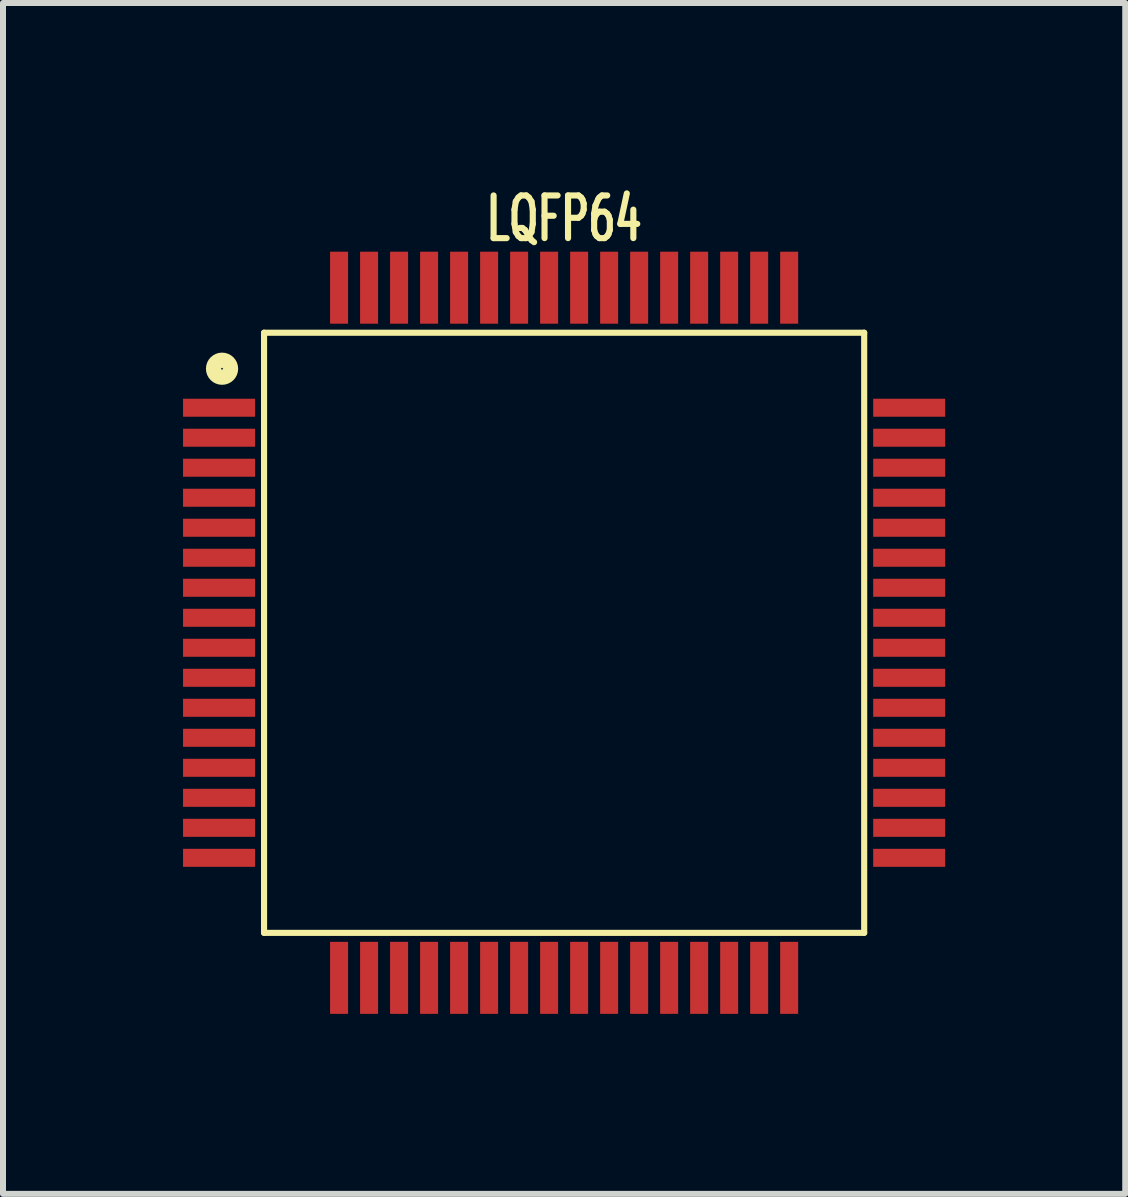
<source format=kicad_pcb>
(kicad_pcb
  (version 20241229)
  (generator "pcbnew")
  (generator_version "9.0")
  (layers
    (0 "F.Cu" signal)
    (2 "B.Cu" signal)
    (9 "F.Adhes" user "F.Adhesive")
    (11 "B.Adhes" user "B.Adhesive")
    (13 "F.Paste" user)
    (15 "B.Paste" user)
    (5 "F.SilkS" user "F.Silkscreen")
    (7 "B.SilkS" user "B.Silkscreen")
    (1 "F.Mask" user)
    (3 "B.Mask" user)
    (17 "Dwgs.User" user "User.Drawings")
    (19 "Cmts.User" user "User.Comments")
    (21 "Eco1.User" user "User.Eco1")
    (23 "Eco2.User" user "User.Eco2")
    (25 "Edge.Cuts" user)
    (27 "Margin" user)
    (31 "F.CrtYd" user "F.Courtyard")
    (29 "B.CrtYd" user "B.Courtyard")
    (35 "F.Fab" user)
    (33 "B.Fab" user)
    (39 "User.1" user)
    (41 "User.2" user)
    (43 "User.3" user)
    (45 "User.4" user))
  (footprint "LQFP64"
    (layer "F.Cu")
    (at 6.35 7.494)
    (property "Reference" "LQFP64" (at 0 -6.9 0) (layer "F.SilkS") (effects (font (size 0.711 0.457) (thickness 0.102))))
    (attr through_hole)
    (fp_line (start -5 -5) (end -5 5) (stroke (width 0.102) (type solid)) (layer "F.SilkS"))
    (fp_line (start -5 -5) (end 5 -5) (stroke (width 0.102) (type solid)) (layer "F.SilkS"))
    (fp_line (start -5 5) (end 5 5) (stroke (width 0.102) (type solid)) (layer "F.SilkS"))
    (fp_line (start 5 -5) (end 5 5) (stroke (width 0.102) (type solid)) (layer "F.SilkS"))
    (fp_circle (center -5.7 -4.4) (end -5.6 -4.5) (stroke (width 0.254) (type solid)) (fill no) (layer "F.SilkS"))
    (pad "1" smd rect (at -5.75 -3.75 90) (size 0.3 1.2) (layers "F.Cu" "F.Mask" "F.Paste"))
    (pad "2" smd rect (at -5.75 -3.25 90) (size 0.3 1.2) (layers "F.Cu" "F.Mask" "F.Paste"))
    (pad "3" smd rect (at -5.75 -2.75 90) (size 0.3 1.2) (layers "F.Cu" "F.Mask" "F.Paste"))
    (pad "4" smd rect (at -5.75 -2.25 90) (size 0.3 1.2) (layers "F.Cu" "F.Mask" "F.Paste"))
    (pad "5" smd rect (at -5.75 -1.75 90) (size 0.3 1.2) (layers "F.Cu" "F.Mask" "F.Paste"))
    (pad "6" smd rect (at -5.75 -1.25 90) (size 0.3 1.2) (layers "F.Cu" "F.Mask" "F.Paste"))
    (pad "7" smd rect (at -5.75 -0.75 90) (size 0.3 1.2) (layers "F.Cu" "F.Mask" "F.Paste"))
    (pad "8" smd rect (at -5.75 -0.25 90) (size 0.3 1.2) (layers "F.Cu" "F.Mask" "F.Paste"))
    (pad "9" smd rect (at -5.75 0.25 90) (size 0.3 1.2) (layers "F.Cu" "F.Mask" "F.Paste"))
    (pad "10" smd rect (at -5.75 0.75 90) (size 0.3 1.2) (layers "F.Cu" "F.Mask" "F.Paste"))
    (pad "11" smd rect (at -5.75 1.25 90) (size 0.3 1.2) (layers "F.Cu" "F.Mask" "F.Paste"))
    (pad "12" smd rect (at -5.75 1.75 90) (size 0.3 1.2) (layers "F.Cu" "F.Mask" "F.Paste"))
    (pad "13" smd rect (at -5.75 2.25 90) (size 0.3 1.2) (layers "F.Cu" "F.Mask" "F.Paste"))
    (pad "14" smd rect (at -5.75 2.75 90) (size 0.3 1.2) (layers "F.Cu" "F.Mask" "F.Paste"))
    (pad "15" smd rect (at -5.75 3.25 90) (size 0.3 1.2) (layers "F.Cu" "F.Mask" "F.Paste"))
    (pad "16" smd rect (at -5.75 3.75 90) (size 0.3 1.2) (layers "F.Cu" "F.Mask" "F.Paste"))
    (pad "17" smd rect (at -3.75 5.75) (size 0.3 1.2) (layers "F.Cu" "F.Mask" "F.Paste"))
    (pad "18" smd rect (at -3.25 5.75) (size 0.3 1.2) (layers "F.Cu" "F.Mask" "F.Paste"))
    (pad "19" smd rect (at -2.75 5.75) (size 0.3 1.2) (layers "F.Cu" "F.Mask" "F.Paste"))
    (pad "20" smd rect (at -2.25 5.75) (size 0.3 1.2) (layers "F.Cu" "F.Mask" "F.Paste"))
    (pad "21" smd rect (at -1.75 5.75) (size 0.3 1.2) (layers "F.Cu" "F.Mask" "F.Paste"))
    (pad "22" smd rect (at -1.25 5.75) (size 0.3 1.2) (layers "F.Cu" "F.Mask" "F.Paste"))
    (pad "23" smd rect (at -0.75 5.75) (size 0.3 1.2) (layers "F.Cu" "F.Mask" "F.Paste"))
    (pad "24" smd rect (at -0.25 5.75) (size 0.3 1.2) (layers "F.Cu" "F.Mask" "F.Paste"))
    (pad "25" smd rect (at 0.25 5.75) (size 0.3 1.2) (layers "F.Cu" "F.Mask" "F.Paste"))
    (pad "26" smd rect (at 0.75 5.75) (size 0.3 1.2) (layers "F.Cu" "F.Mask" "F.Paste"))
    (pad "27" smd rect (at 1.25 5.75) (size 0.3 1.2) (layers "F.Cu" "F.Mask" "F.Paste"))
    (pad "28" smd rect (at 1.75 5.75) (size 0.3 1.2) (layers "F.Cu" "F.Mask" "F.Paste"))
    (pad "29" smd rect (at 2.25 5.75) (size 0.3 1.2) (layers "F.Cu" "F.Mask" "F.Paste"))
    (pad "30" smd rect (at 2.75 5.75) (size 0.3 1.2) (layers "F.Cu" "F.Mask" "F.Paste"))
    (pad "31" smd rect (at 3.25 5.75) (size 0.3 1.2) (layers "F.Cu" "F.Mask" "F.Paste"))
    (pad "32" smd rect (at 3.75 5.75) (size 0.3 1.2) (layers "F.Cu" "F.Mask" "F.Paste"))
    (pad "33" smd rect (at 5.75 3.75 90) (size 0.3 1.2) (layers "F.Cu" "F.Mask" "F.Paste"))
    (pad "34" smd rect (at 5.75 3.25 90) (size 0.3 1.2) (layers "F.Cu" "F.Mask" "F.Paste"))
    (pad "35" smd rect (at 5.75 2.75 90) (size 0.3 1.2) (layers "F.Cu" "F.Mask" "F.Paste"))
    (pad "36" smd rect (at 5.75 2.25 90) (size 0.3 1.2) (layers "F.Cu" "F.Mask" "F.Paste"))
    (pad "37" smd rect (at 5.75 1.75 90) (size 0.3 1.2) (layers "F.Cu" "F.Mask" "F.Paste"))
    (pad "38" smd rect (at 5.75 1.25 90) (size 0.3 1.2) (layers "F.Cu" "F.Mask" "F.Paste"))
    (pad "39" smd rect (at 5.75 0.75 90) (size 0.3 1.2) (layers "F.Cu" "F.Mask" "F.Paste"))
    (pad "40" smd rect (at 5.75 0.25 90) (size 0.3 1.2) (layers "F.Cu" "F.Mask" "F.Paste"))
    (pad "41" smd rect (at 5.75 -0.25 90) (size 0.3 1.2) (layers "F.Cu" "F.Mask" "F.Paste"))
    (pad "42" smd rect (at 5.75 -0.75 90) (size 0.3 1.2) (layers "F.Cu" "F.Mask" "F.Paste"))
    (pad "43" smd rect (at 5.75 -1.25 90) (size 0.3 1.2) (layers "F.Cu" "F.Mask" "F.Paste"))
    (pad "44" smd rect (at 5.75 -1.75 90) (size 0.3 1.2) (layers "F.Cu" "F.Mask" "F.Paste"))
    (pad "45" smd rect (at 5.75 -2.25 90) (size 0.3 1.2) (layers "F.Cu" "F.Mask" "F.Paste"))
    (pad "46" smd rect (at 5.75 -2.75 90) (size 0.3 1.2) (layers "F.Cu" "F.Mask" "F.Paste"))
    (pad "47" smd rect (at 5.75 -3.25 90) (size 0.3 1.2) (layers "F.Cu" "F.Mask" "F.Paste"))
    (pad "48" smd rect (at 5.75 -3.75 90) (size 0.3 1.2) (layers "F.Cu" "F.Mask" "F.Paste"))
    (pad "49" smd rect (at 3.75 -5.75) (size 0.3 1.2) (layers "F.Cu" "F.Mask" "F.Paste"))
    (pad "50" smd rect (at 3.25 -5.75) (size 0.3 1.2) (layers "F.Cu" "F.Mask" "F.Paste"))
    (pad "51" smd rect (at 2.75 -5.75) (size 0.3 1.2) (layers "F.Cu" "F.Mask" "F.Paste"))
    (pad "52" smd rect (at 2.25 -5.75) (size 0.3 1.2) (layers "F.Cu" "F.Mask" "F.Paste"))
    (pad "53" smd rect (at 1.75 -5.75) (size 0.3 1.2) (layers "F.Cu" "F.Mask" "F.Paste"))
    (pad "54" smd rect (at 1.25 -5.75) (size 0.3 1.2) (layers "F.Cu" "F.Mask" "F.Paste"))
    (pad "55" smd rect (at 0.75 -5.75) (size 0.3 1.2) (layers "F.Cu" "F.Mask" "F.Paste"))
    (pad "56" smd rect (at 0.25 -5.75) (size 0.3 1.2) (layers "F.Cu" "F.Mask" "F.Paste"))
    (pad "57" smd rect (at -0.25 -5.75) (size 0.3 1.2) (layers "F.Cu" "F.Mask" "F.Paste"))
    (pad "58" smd rect (at -0.75 -5.75) (size 0.3 1.2) (layers "F.Cu" "F.Mask" "F.Paste"))
    (pad "59" smd rect (at -1.25 -5.75) (size 0.3 1.2) (layers "F.Cu" "F.Mask" "F.Paste"))
    (pad "60" smd rect (at -1.75 -5.75) (size 0.3 1.2) (layers "F.Cu" "F.Mask" "F.Paste"))
    (pad "61" smd rect (at -2.25 -5.75) (size 0.3 1.2) (layers "F.Cu" "F.Mask" "F.Paste"))
    (pad "62" smd rect (at -2.75 -5.75) (size 0.3 1.2) (layers "F.Cu" "F.Mask" "F.Paste"))
    (pad "63" smd rect (at -3.25 -5.75) (size 0.3 1.2) (layers "F.Cu" "F.Mask" "F.Paste"))
    (pad "64" smd rect (at -3.75 -5.75) (size 0.3 1.2) (layers "F.Cu" "F.Mask" "F.Paste")))
  (gr_rect
    (start -3 -3)
    (end 15.7 16.844)
    (stroke (width 0.1) (type default))
    (fill no)
    (layer "Edge.Cuts")))
</source>
